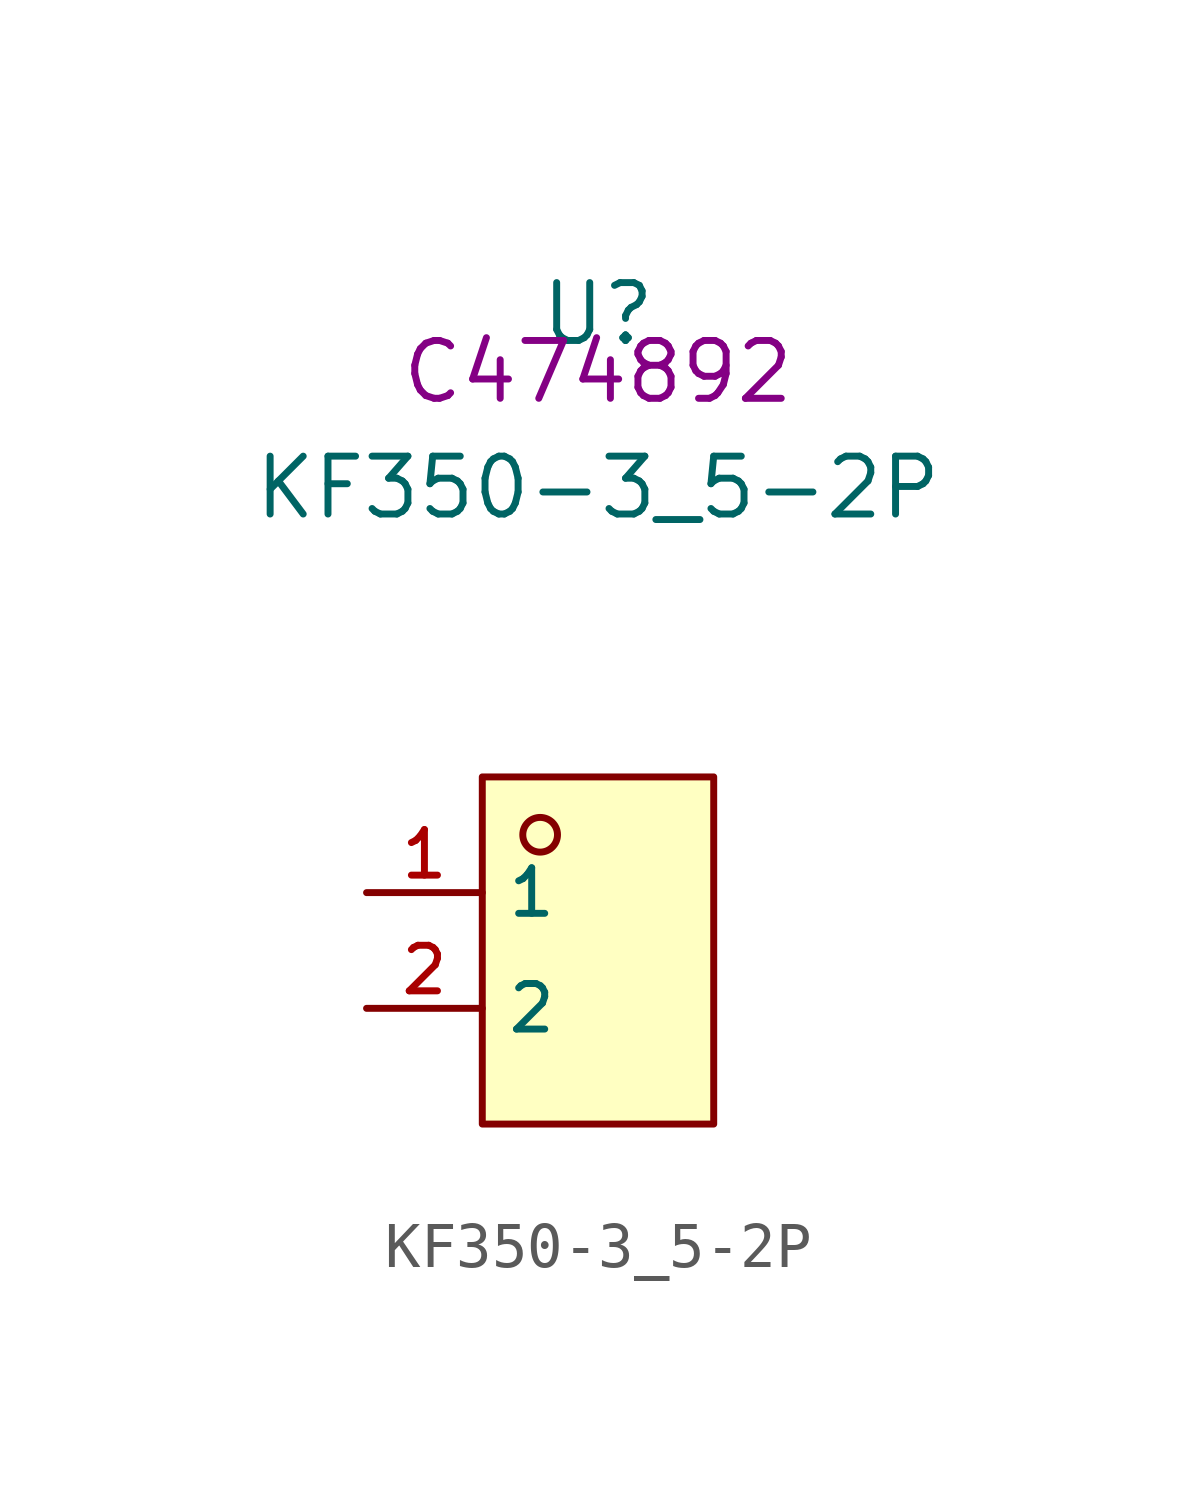
<source format=kicad_sym>
(kicad_symbol_lib
  (version 20210201)
  (generator TousstNicolas/JLC2KiCad_lib)
  (symbol "KF350-3_5-2P"
    (property "Reference" "U"
      (at 0 1.27 0)
      (effects (font (size 1.27 1.27))))
    (property "Value" "KF350-3_5-2P"
      (at 0 -2.54 0)
      (effects (font (size 1.27 1.27))))
    (property "LCSC" "C474892"
      (at 0 0 0)
      (effects (font (size 1.27 1.27))))
    (symbol "KF350-3_5-2P_0_0"
      (rectangle (start -2.54 -8.89) (end 2.54 -16.51) (stroke (width 0) (type default) (color 0 0 0 0)) (fill (type background)))
      (circle (center -1.27 -10.16) (radius 0.381) (stroke (width 0) (type default) (color 0 0 0 0)) (fill (type background)))
      (pin unspecified line (at -5.08 -11.43 0) (length 2.54) (name "1" (effects (font (size 1 1)))) (number "1" (effects (font (size 1 1)))))
      (pin unspecified line (at -5.08 -13.97 0) (length 2.54) (name "2" (effects (font (size 1 1)))) (number "2" (effects (font (size 1 1))))))))
</source>
